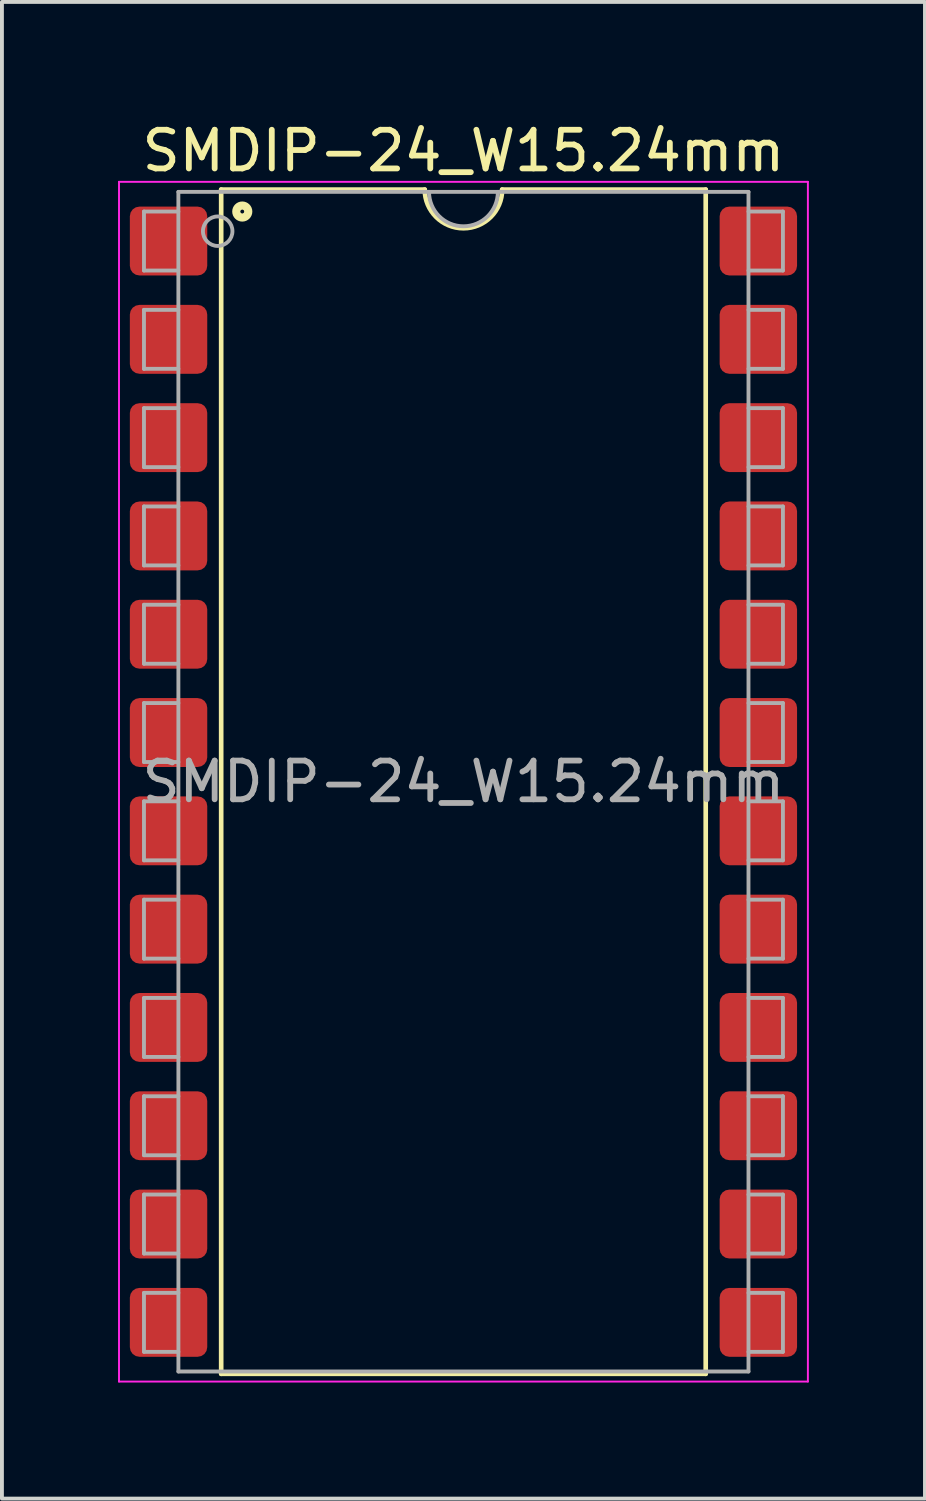
<source format=kicad_pcb>
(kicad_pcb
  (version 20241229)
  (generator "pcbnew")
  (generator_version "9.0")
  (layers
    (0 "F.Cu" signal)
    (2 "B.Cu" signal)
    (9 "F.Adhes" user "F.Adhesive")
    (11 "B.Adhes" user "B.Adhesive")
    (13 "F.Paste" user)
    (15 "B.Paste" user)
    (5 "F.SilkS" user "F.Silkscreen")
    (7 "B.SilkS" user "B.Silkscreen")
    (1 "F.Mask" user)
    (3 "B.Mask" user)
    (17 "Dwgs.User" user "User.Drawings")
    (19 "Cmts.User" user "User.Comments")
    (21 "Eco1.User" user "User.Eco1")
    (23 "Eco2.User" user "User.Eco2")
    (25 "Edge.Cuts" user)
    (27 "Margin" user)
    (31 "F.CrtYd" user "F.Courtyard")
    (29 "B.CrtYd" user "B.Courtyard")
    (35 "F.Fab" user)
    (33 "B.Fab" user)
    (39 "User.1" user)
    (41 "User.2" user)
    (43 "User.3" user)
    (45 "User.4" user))
  (footprint "SMDIP-24_W15.24mm"
    (layer "F.Cu")
    (at 8.925 17.148)
    (property "Reference" "SMDIP-24_W15.24mm" (at 0 -16.3 0) (layer "F.SilkS") (effects (font (size 1 1) (thickness 0.15))))
    (attr smd)
    (fp_line (start -6.26 -15.3) (end -6.26 15.3) (stroke (width 0.12) (type solid)) (layer "F.SilkS"))
    (fp_line (start -6.26 15.3) (end 6.26 15.3) (stroke (width 0.12) (type solid)) (layer "F.SilkS"))
    (fp_line (start -1 -15.3) (end -6.26 -15.3) (stroke (width 0.12) (type solid)) (layer "F.SilkS"))
    (fp_line (start 6.26 -15.3) (end 1 -15.3) (stroke (width 0.12) (type solid)) (layer "F.SilkS"))
    (fp_line (start 6.26 15.3) (end 6.26 -15.3) (stroke (width 0.12) (type solid)) (layer "F.SilkS"))
    (fp_arc (start 1 -15.3) (mid 0 -14.3) (end -1 -15.3) (stroke (width 0.12) (type solid)) (layer "F.SilkS"))
    (fp_circle (center -5.715 -14.732) (end -5.665 -14.732) (stroke (width 0.12) (type solid)) (fill no) (layer "F.SilkS"))
    (fp_circle (center -5.715 -14.732) (end -5.59 -14.732) (stroke (width 0.12) (type solid)) (fill no) (layer "F.SilkS"))
    (fp_circle (center -5.715 -14.732) (end -5.515 -14.732) (stroke (width 0.12) (type solid)) (fill no) (layer "F.SilkS"))
    (fp_line (start -8.9 -15.5) (end -8.9 15.5) (stroke (width 0.05) (type solid)) (layer "F.CrtYd"))
    (fp_line (start -8.9 15.5) (end 8.9 15.5) (stroke (width 0.05) (type solid)) (layer "F.CrtYd"))
    (fp_line (start 8.9 -15.5) (end -8.9 -15.5) (stroke (width 0.05) (type solid)) (layer "F.CrtYd"))
    (fp_line (start 8.9 15.5) (end 8.9 -15.5) (stroke (width 0.05) (type solid)) (layer "F.CrtYd"))
    (fp_line (start -8.255 -14.732) (end -8.255 -13.208) (stroke (width 0.1) (type solid)) (layer "F.Fab"))
    (fp_line (start -8.255 -14.732) (end -7.366 -14.732) (stroke (width 0.1) (type solid)) (layer "F.Fab"))
    (fp_line (start -8.255 -13.208) (end -7.366 -13.208) (stroke (width 0.1) (type solid)) (layer "F.Fab"))
    (fp_line (start -8.255 -12.192) (end -8.255 -10.668) (stroke (width 0.1) (type solid)) (layer "F.Fab"))
    (fp_line (start -8.255 -12.192) (end -7.366 -12.192) (stroke (width 0.1) (type solid)) (layer "F.Fab"))
    (fp_line (start -8.255 -10.668) (end -7.366 -10.668) (stroke (width 0.1) (type solid)) (layer "F.Fab"))
    (fp_line (start -8.255 -9.652) (end -8.255 -8.128) (stroke (width 0.1) (type solid)) (layer "F.Fab"))
    (fp_line (start -8.255 -9.652) (end -7.366 -9.652) (stroke (width 0.1) (type solid)) (layer "F.Fab"))
    (fp_line (start -8.255 -8.128) (end -7.366 -8.128) (stroke (width 0.1) (type solid)) (layer "F.Fab"))
    (fp_line (start -8.255 -7.112) (end -8.255 -5.588) (stroke (width 0.1) (type solid)) (layer "F.Fab"))
    (fp_line (start -8.255 -7.112) (end -7.366 -7.112) (stroke (width 0.1) (type solid)) (layer "F.Fab"))
    (fp_line (start -8.255 -5.588) (end -7.366 -5.588) (stroke (width 0.1) (type solid)) (layer "F.Fab"))
    (fp_line (start -8.255 -4.572) (end -8.255 -3.048) (stroke (width 0.1) (type solid)) (layer "F.Fab"))
    (fp_line (start -8.255 -4.572) (end -7.366 -4.572) (stroke (width 0.1) (type solid)) (layer "F.Fab"))
    (fp_line (start -8.255 -3.048) (end -7.366 -3.048) (stroke (width 0.1) (type solid)) (layer "F.Fab"))
    (fp_line (start -8.255 -2.032) (end -8.255 -0.508) (stroke (width 0.1) (type solid)) (layer "F.Fab"))
    (fp_line (start -8.255 -2.032) (end -7.366 -2.032) (stroke (width 0.1) (type solid)) (layer "F.Fab"))
    (fp_line (start -8.255 -0.508) (end -7.366 -0.508) (stroke (width 0.1) (type solid)) (layer "F.Fab"))
    (fp_line (start -8.255 0.508) (end -8.255 2.032) (stroke (width 0.1) (type solid)) (layer "F.Fab"))
    (fp_line (start -8.255 0.508) (end -7.366 0.508) (stroke (width 0.1) (type solid)) (layer "F.Fab"))
    (fp_line (start -8.255 2.032) (end -7.366 2.032) (stroke (width 0.1) (type solid)) (layer "F.Fab"))
    (fp_line (start -8.255 3.048) (end -8.255 4.572) (stroke (width 0.1) (type solid)) (layer "F.Fab"))
    (fp_line (start -8.255 3.048) (end -7.366 3.048) (stroke (width 0.1) (type solid)) (layer "F.Fab"))
    (fp_line (start -8.255 4.572) (end -7.366 4.572) (stroke (width 0.1) (type solid)) (layer "F.Fab"))
    (fp_line (start -8.255 5.588) (end -8.255 7.112) (stroke (width 0.1) (type solid)) (layer "F.Fab"))
    (fp_line (start -8.255 5.588) (end -7.366 5.588) (stroke (width 0.1) (type solid)) (layer "F.Fab"))
    (fp_line (start -8.255 7.112) (end -7.366 7.112) (stroke (width 0.1) (type solid)) (layer "F.Fab"))
    (fp_line (start -8.255 8.128) (end -8.255 9.652) (stroke (width 0.1) (type solid)) (layer "F.Fab"))
    (fp_line (start -8.255 8.128) (end -7.366 8.128) (stroke (width 0.1) (type solid)) (layer "F.Fab"))
    (fp_line (start -8.255 9.652) (end -7.366 9.652) (stroke (width 0.1) (type solid)) (layer "F.Fab"))
    (fp_line (start -8.255 10.668) (end -8.255 12.192) (stroke (width 0.1) (type solid)) (layer "F.Fab"))
    (fp_line (start -8.255 10.668) (end -7.366 10.668) (stroke (width 0.1) (type solid)) (layer "F.Fab"))
    (fp_line (start -8.255 12.192) (end -7.366 12.192) (stroke (width 0.1) (type solid)) (layer "F.Fab"))
    (fp_line (start -8.255 13.208) (end -8.255 14.732) (stroke (width 0.1) (type solid)) (layer "F.Fab"))
    (fp_line (start -8.255 13.208) (end -7.366 13.208) (stroke (width 0.1) (type solid)) (layer "F.Fab"))
    (fp_line (start -8.255 14.732) (end -7.366 14.732) (stroke (width 0.1) (type solid)) (layer "F.Fab"))
    (fp_line (start -7.366 -15.24) (end 7.365 -15.24) (stroke (width 0.1) (type solid)) (layer "F.Fab"))
    (fp_line (start -7.365 15.24) (end -7.366 -15.24) (stroke (width 0.1) (type solid)) (layer "F.Fab"))
    (fp_line (start 7.365 -15.24) (end 7.365 15.24) (stroke (width 0.1) (type solid)) (layer "F.Fab"))
    (fp_line (start 7.365 15.24) (end -7.365 15.24) (stroke (width 0.1) (type solid)) (layer "F.Fab"))
    (fp_line (start 8.255 -14.732) (end 7.366 -14.732) (stroke (width 0.1) (type solid)) (layer "F.Fab"))
    (fp_line (start 8.255 -13.208) (end 7.366 -13.208) (stroke (width 0.1) (type solid)) (layer "F.Fab"))
    (fp_line (start 8.255 -13.208) (end 8.255 -14.732) (stroke (width 0.1) (type solid)) (layer "F.Fab"))
    (fp_line (start 8.255 -12.192) (end 7.366 -12.192) (stroke (width 0.1) (type solid)) (layer "F.Fab"))
    (fp_line (start 8.255 -10.668) (end 7.366 -10.668) (stroke (width 0.1) (type solid)) (layer "F.Fab"))
    (fp_line (start 8.255 -10.668) (end 8.255 -12.192) (stroke (width 0.1) (type solid)) (layer "F.Fab"))
    (fp_line (start 8.255 -9.652) (end 7.366 -9.652) (stroke (width 0.1) (type solid)) (layer "F.Fab"))
    (fp_line (start 8.255 -8.128) (end 7.366 -8.128) (stroke (width 0.1) (type solid)) (layer "F.Fab"))
    (fp_line (start 8.255 -8.128) (end 8.255 -9.652) (stroke (width 0.1) (type solid)) (layer "F.Fab"))
    (fp_line (start 8.255 -7.112) (end 7.366 -7.112) (stroke (width 0.1) (type solid)) (layer "F.Fab"))
    (fp_line (start 8.255 -5.588) (end 7.366 -5.588) (stroke (width 0.1) (type solid)) (layer "F.Fab"))
    (fp_line (start 8.255 -5.588) (end 8.255 -7.112) (stroke (width 0.1) (type solid)) (layer "F.Fab"))
    (fp_line (start 8.255 -4.572) (end 7.366 -4.572) (stroke (width 0.1) (type solid)) (layer "F.Fab"))
    (fp_line (start 8.255 -3.048) (end 7.366 -3.048) (stroke (width 0.1) (type solid)) (layer "F.Fab"))
    (fp_line (start 8.255 -3.048) (end 8.255 -4.572) (stroke (width 0.1) (type solid)) (layer "F.Fab"))
    (fp_line (start 8.255 -2.032) (end 7.366 -2.032) (stroke (width 0.1) (type solid)) (layer "F.Fab"))
    (fp_line (start 8.255 -0.508) (end 7.366 -0.508) (stroke (width 0.1) (type solid)) (layer "F.Fab"))
    (fp_line (start 8.255 -0.508) (end 8.255 -2.032) (stroke (width 0.1) (type solid)) (layer "F.Fab"))
    (fp_line (start 8.255 0.508) (end 7.366 0.508) (stroke (width 0.1) (type solid)) (layer "F.Fab"))
    (fp_line (start 8.255 2.032) (end 7.366 2.032) (stroke (width 0.1) (type solid)) (layer "F.Fab"))
    (fp_line (start 8.255 2.032) (end 8.255 0.508) (stroke (width 0.1) (type solid)) (layer "F.Fab"))
    (fp_line (start 8.255 3.048) (end 7.366 3.048) (stroke (width 0.1) (type solid)) (layer "F.Fab"))
    (fp_line (start 8.255 4.572) (end 7.366 4.572) (stroke (width 0.1) (type solid)) (layer "F.Fab"))
    (fp_line (start 8.255 4.572) (end 8.255 3.048) (stroke (width 0.1) (type solid)) (layer "F.Fab"))
    (fp_line (start 8.255 5.588) (end 7.366 5.588) (stroke (width 0.1) (type solid)) (layer "F.Fab"))
    (fp_line (start 8.255 7.112) (end 7.366 7.112) (stroke (width 0.1) (type solid)) (layer "F.Fab"))
    (fp_line (start 8.255 7.112) (end 8.255 5.588) (stroke (width 0.1) (type solid)) (layer "F.Fab"))
    (fp_line (start 8.255 8.128) (end 7.366 8.128) (stroke (width 0.1) (type solid)) (layer "F.Fab"))
    (fp_line (start 8.255 9.652) (end 7.366 9.652) (stroke (width 0.1) (type solid)) (layer "F.Fab"))
    (fp_line (start 8.255 9.652) (end 8.255 8.128) (stroke (width 0.1) (type solid)) (layer "F.Fab"))
    (fp_line (start 8.255 10.668) (end 7.366 10.668) (stroke (width 0.1) (type solid)) (layer "F.Fab"))
    (fp_line (start 8.255 12.192) (end 7.366 12.192) (stroke (width 0.1) (type solid)) (layer "F.Fab"))
    (fp_line (start 8.255 12.192) (end 8.255 10.668) (stroke (width 0.1) (type solid)) (layer "F.Fab"))
    (fp_line (start 8.255 13.208) (end 7.366 13.208) (stroke (width 0.1) (type solid)) (layer "F.Fab"))
    (fp_line (start 8.255 14.732) (end 7.366 14.732) (stroke (width 0.1) (type solid)) (layer "F.Fab"))
    (fp_line (start 8.255 14.732) (end 8.255 13.208) (stroke (width 0.1) (type solid)) (layer "F.Fab"))
    (fp_arc (start 0.889 -15.24) (mid 0 -14.351) (end -0.889 -15.24) (stroke (width 0.1) (type solid)) (layer "F.Fab"))
    (fp_circle (center -6.35 -14.224) (end -5.969 -14.224) (stroke (width 0.1) (type solid)) (fill no) (layer "F.Fab"))
    (fp_text user "${REFERENCE}" (at 0 0 0) (layer "F.Fab") (effects (font (size 1 1) (thickness 0.15))))
    (pad "1" smd roundrect (at -7.62 -13.97) (size 2 1.78) (layers "F.Cu" "F.Mask" "F.Paste") (roundrect_rratio 0.14))
    (pad "2" smd roundrect (at -7.62 -11.43) (size 2 1.78) (layers "F.Cu" "F.Mask" "F.Paste") (roundrect_rratio 0.14))
    (pad "3" smd roundrect (at -7.62 -8.89) (size 2 1.78) (layers "F.Cu" "F.Mask" "F.Paste") (roundrect_rratio 0.14))
    (pad "4" smd roundrect (at -7.62 -6.35) (size 2 1.78) (layers "F.Cu" "F.Mask" "F.Paste") (roundrect_rratio 0.14))
    (pad "5" smd roundrect (at -7.62 -3.81) (size 2 1.78) (layers "F.Cu" "F.Mask" "F.Paste") (roundrect_rratio 0.14))
    (pad "6" smd roundrect (at -7.62 -1.27) (size 2 1.78) (layers "F.Cu" "F.Mask" "F.Paste") (roundrect_rratio 0.14))
    (pad "7" smd roundrect (at -7.62 1.27) (size 2 1.78) (layers "F.Cu" "F.Mask" "F.Paste") (roundrect_rratio 0.14))
    (pad "8" smd roundrect (at -7.62 3.81) (size 2 1.78) (layers "F.Cu" "F.Mask" "F.Paste") (roundrect_rratio 0.14))
    (pad "9" smd roundrect (at -7.62 6.35) (size 2 1.78) (layers "F.Cu" "F.Mask" "F.Paste") (roundrect_rratio 0.14))
    (pad "10" smd roundrect (at -7.62 8.89) (size 2 1.78) (layers "F.Cu" "F.Mask" "F.Paste") (roundrect_rratio 0.14))
    (pad "11" smd roundrect (at -7.62 11.43) (size 2 1.78) (layers "F.Cu" "F.Mask" "F.Paste") (roundrect_rratio 0.14))
    (pad "12" smd roundrect (at -7.62 13.97) (size 2 1.78) (layers "F.Cu" "F.Mask" "F.Paste") (roundrect_rratio 0.14))
    (pad "13" smd roundrect (at 7.62 13.97) (size 2 1.78) (layers "F.Cu" "F.Mask" "F.Paste") (roundrect_rratio 0.14))
    (pad "14" smd roundrect (at 7.62 11.43) (size 2 1.78) (layers "F.Cu" "F.Mask" "F.Paste") (roundrect_rratio 0.14))
    (pad "15" smd roundrect (at 7.62 8.89) (size 2 1.78) (layers "F.Cu" "F.Mask" "F.Paste") (roundrect_rratio 0.14))
    (pad "16" smd roundrect (at 7.62 6.35) (size 2 1.78) (layers "F.Cu" "F.Mask" "F.Paste") (roundrect_rratio 0.14))
    (pad "17" smd roundrect (at 7.62 3.81) (size 2 1.78) (layers "F.Cu" "F.Mask" "F.Paste") (roundrect_rratio 0.14))
    (pad "18" smd roundrect (at 7.62 1.27) (size 2 1.78) (layers "F.Cu" "F.Mask" "F.Paste") (roundrect_rratio 0.14))
    (pad "19" smd roundrect (at 7.62 -1.27) (size 2 1.78) (layers "F.Cu" "F.Mask" "F.Paste") (roundrect_rratio 0.14))
    (pad "20" smd roundrect (at 7.62 -3.81) (size 2 1.78) (layers "F.Cu" "F.Mask" "F.Paste") (roundrect_rratio 0.14))
    (pad "21" smd roundrect (at 7.62 -6.35) (size 2 1.78) (layers "F.Cu" "F.Mask" "F.Paste") (roundrect_rratio 0.14))
    (pad "22" smd roundrect (at 7.62 -8.89) (size 2 1.78) (layers "F.Cu" "F.Mask" "F.Paste") (roundrect_rratio 0.14))
    (pad "23" smd roundrect (at 7.62 -11.43) (size 2 1.78) (layers "F.Cu" "F.Mask" "F.Paste") (roundrect_rratio 0.14))
    (pad "24" smd roundrect (at 7.62 -13.97) (size 2 1.78) (layers "F.Cu" "F.Mask" "F.Paste") (roundrect_rratio 0.14)))
  (gr_rect
    (start -3 -3)
    (end 20.85 35.673)
    (stroke (width 0.1) (type default))
    (fill no)
    (layer "Edge.Cuts")))
</source>
